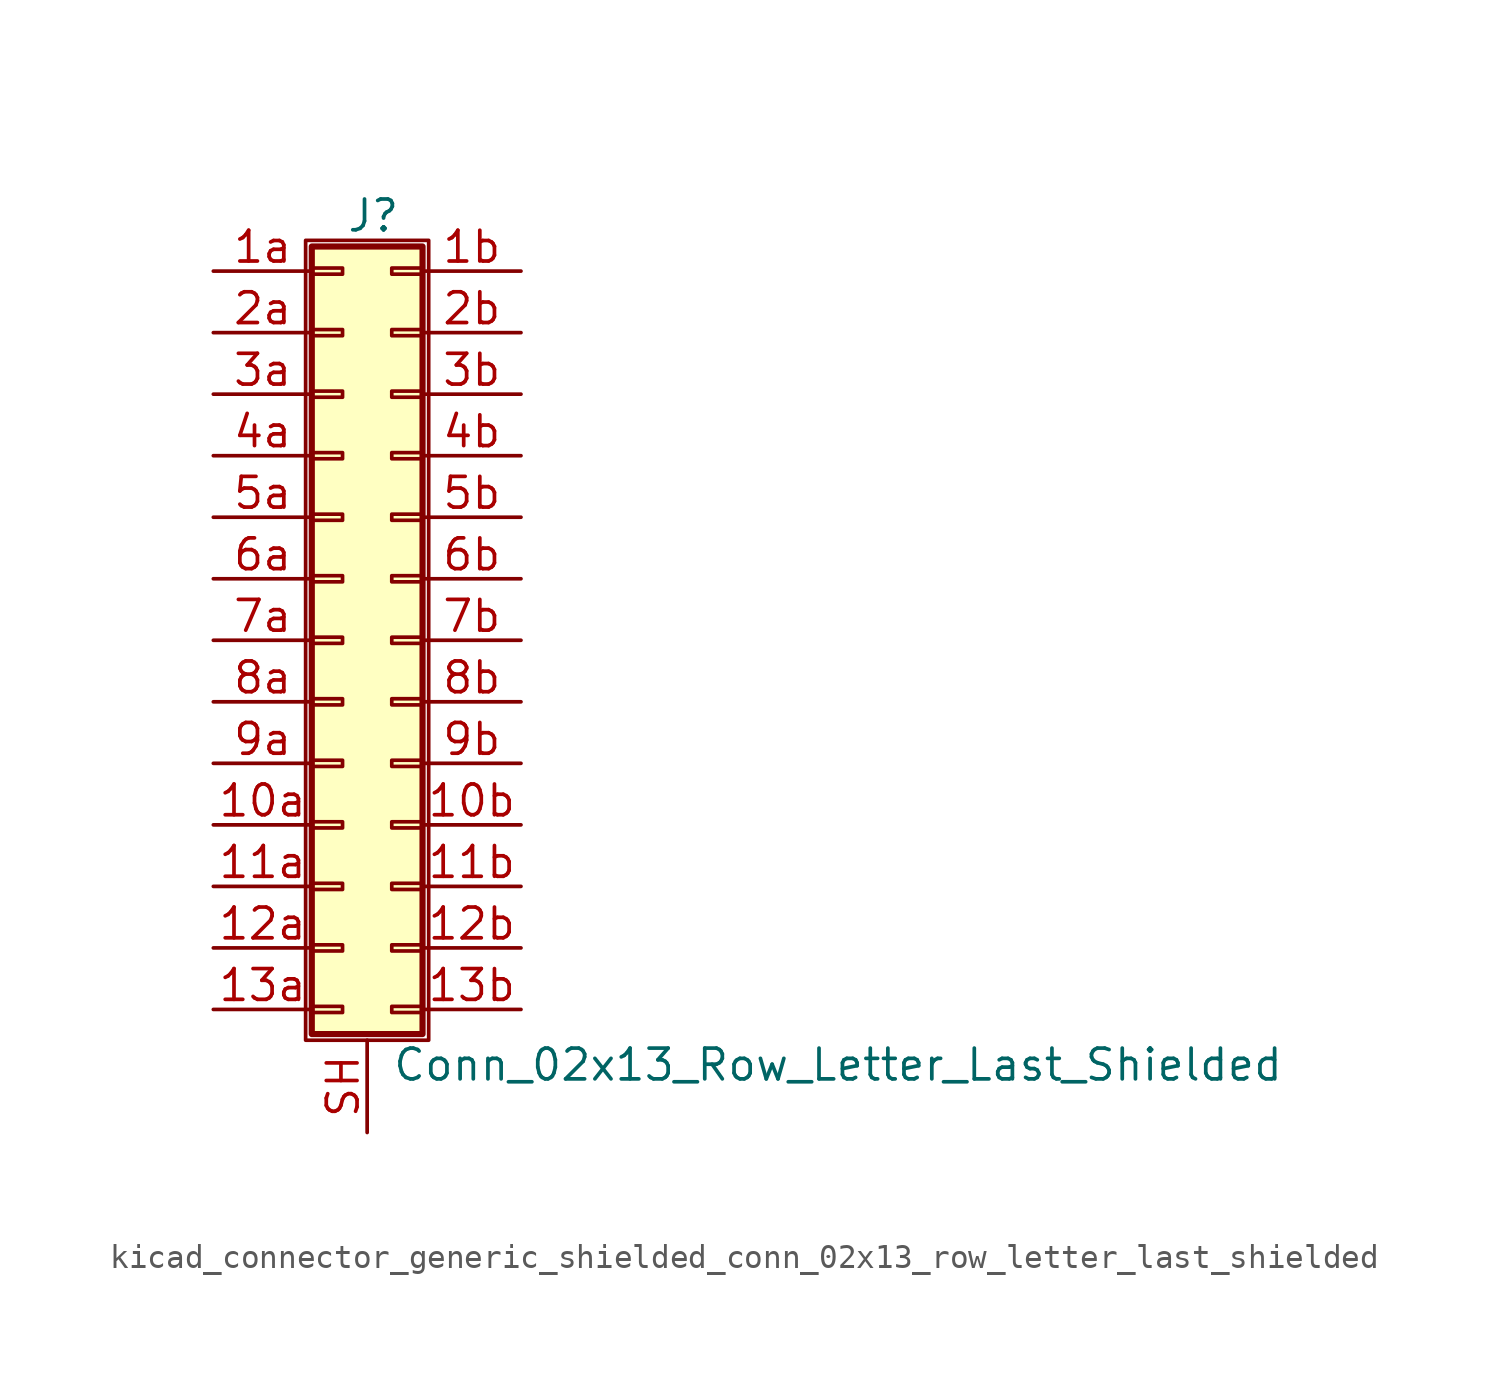
<source format=kicad_sym>
(kicad_symbol_lib
  (version 20220914)
  (generator kicad_symbol_editor)
  (symbol "kicad_connector_generic_shielded_conn_02x13_row_letter_last_shielded"
    (pin_names
      (offset 1.016) hide)
    (property "Reference" "J"
      (at 1.524 17.526 0)
      (effects (font (size 1.27 1.27))))
    (property "Value" "Conn_02x13_Row_Letter_Last_Shielded"
      (at 2.286 -17.526 0)
      (effects (font (size 1.27 1.27)) (justify left)))
    (symbol "kicad_connector_generic_shielded_conn_02x13_row_letter_last_shielded_1_1"
      (rectangle (start -1.27 16.51) (end 3.81 -16.51) (stroke (width 0.152) (type default)) (fill (type none)))
      (rectangle (start -1.016 -15.113) (end 0.254 -15.367) (stroke (width 0.152) (type default)) (fill (type none)))
      (rectangle (start -1.016 -12.573) (end 0.254 -12.827) (stroke (width 0.152) (type default)) (fill (type none)))
      (rectangle (start -1.016 -10.033) (end 0.254 -10.287) (stroke (width 0.152) (type default)) (fill (type none)))
      (rectangle (start -1.016 -7.493) (end 0.254 -7.747) (stroke (width 0.152) (type default)) (fill (type none)))
      (rectangle (start -1.016 -4.953) (end 0.254 -5.207) (stroke (width 0.152) (type default)) (fill (type none)))
      (rectangle (start -1.016 -2.413) (end 0.254 -2.667) (stroke (width 0.152) (type default)) (fill (type none)))
      (rectangle (start -1.016 0.127) (end 0.254 -0.127) (stroke (width 0.152) (type default)) (fill (type none)))
      (rectangle (start -1.016 2.667) (end 0.254 2.413) (stroke (width 0.152) (type default)) (fill (type none)))
      (rectangle (start -1.016 5.207) (end 0.254 4.953) (stroke (width 0.152) (type default)) (fill (type none)))
      (rectangle (start -1.016 7.747) (end 0.254 7.493) (stroke (width 0.152) (type default)) (fill (type none)))
      (rectangle (start -1.016 10.287) (end 0.254 10.033) (stroke (width 0.152) (type default)) (fill (type none)))
      (rectangle (start -1.016 12.827) (end 0.254 12.573) (stroke (width 0.152) (type default)) (fill (type none)))
      (rectangle (start -1.016 15.367) (end 0.254 15.113) (stroke (width 0.152) (type default)) (fill (type none)))
      (rectangle (start -1.016 16.256) (end 3.556 -16.256) (stroke (width 0.254) (type default)) (fill (type background)))
      (rectangle (start 3.556 -15.113) (end 2.286 -15.367) (stroke (width 0.152) (type default)) (fill (type none)))
      (rectangle (start 3.556 -12.573) (end 2.286 -12.827) (stroke (width 0.152) (type default)) (fill (type none)))
      (rectangle (start 3.556 -10.033) (end 2.286 -10.287) (stroke (width 0.152) (type default)) (fill (type none)))
      (rectangle (start 3.556 -7.493) (end 2.286 -7.747) (stroke (width 0.152) (type default)) (fill (type none)))
      (rectangle (start 3.556 -4.953) (end 2.286 -5.207) (stroke (width 0.152) (type default)) (fill (type none)))
      (rectangle (start 3.556 -2.413) (end 2.286 -2.667) (stroke (width 0.152) (type default)) (fill (type none)))
      (rectangle (start 3.556 0.127) (end 2.286 -0.127) (stroke (width 0.152) (type default)) (fill (type none)))
      (rectangle (start 3.556 2.667) (end 2.286 2.413) (stroke (width 0.152) (type default)) (fill (type none)))
      (rectangle (start 3.556 5.207) (end 2.286 4.953) (stroke (width 0.152) (type default)) (fill (type none)))
      (rectangle (start 3.556 7.747) (end 2.286 7.493) (stroke (width 0.152) (type default)) (fill (type none)))
      (rectangle (start 3.556 10.287) (end 2.286 10.033) (stroke (width 0.152) (type default)) (fill (type none)))
      (rectangle (start 3.556 12.827) (end 2.286 12.573) (stroke (width 0.152) (type default)) (fill (type none)))
      (rectangle (start 3.556 15.367) (end 2.286 15.113) (stroke (width 0.152) (type default)) (fill (type none)))
      (pin passive line (at -5.08 -7.62 0) (length 4.064) (name "Pin_10a" (effects (font (size 1.27 1.27)))) (number "10a" (effects (font (size 1.27 1.27)))))
      (pin passive line (at 7.62 -7.62 180) (length 4.064) (name "Pin_10b" (effects (font (size 1.27 1.27)))) (number "10b" (effects (font (size 1.27 1.27)))))
      (pin passive line (at -5.08 -10.16 0) (length 4.064) (name "Pin_11a" (effects (font (size 1.27 1.27)))) (number "11a" (effects (font (size 1.27 1.27)))))
      (pin passive line (at 7.62 -10.16 180) (length 4.064) (name "Pin_11b" (effects (font (size 1.27 1.27)))) (number "11b" (effects (font (size 1.27 1.27)))))
      (pin passive line (at -5.08 -12.7 0) (length 4.064) (name "Pin_12a" (effects (font (size 1.27 1.27)))) (number "12a" (effects (font (size 1.27 1.27)))))
      (pin passive line (at 7.62 -12.7 180) (length 4.064) (name "Pin_12b" (effects (font (size 1.27 1.27)))) (number "12b" (effects (font (size 1.27 1.27)))))
      (pin passive line (at -5.08 -15.24 0) (length 4.064) (name "Pin_13a" (effects (font (size 1.27 1.27)))) (number "13a" (effects (font (size 1.27 1.27)))))
      (pin passive line (at 7.62 -15.24 180) (length 4.064) (name "Pin_13b" (effects (font (size 1.27 1.27)))) (number "13b" (effects (font (size 1.27 1.27)))))
      (pin passive line (at -5.08 15.24 0) (length 4.064) (name "Pin_1a" (effects (font (size 1.27 1.27)))) (number "1a" (effects (font (size 1.27 1.27)))))
      (pin passive line (at 7.62 15.24 180) (length 4.064) (name "Pin_1b" (effects (font (size 1.27 1.27)))) (number "1b" (effects (font (size 1.27 1.27)))))
      (pin passive line (at -5.08 12.7 0) (length 4.064) (name "Pin_2a" (effects (font (size 1.27 1.27)))) (number "2a" (effects (font (size 1.27 1.27)))))
      (pin passive line (at 7.62 12.7 180) (length 4.064) (name "Pin_2b" (effects (font (size 1.27 1.27)))) (number "2b" (effects (font (size 1.27 1.27)))))
      (pin passive line (at -5.08 10.16 0) (length 4.064) (name "Pin_3a" (effects (font (size 1.27 1.27)))) (number "3a" (effects (font (size 1.27 1.27)))))
      (pin passive line (at 7.62 10.16 180) (length 4.064) (name "Pin_3b" (effects (font (size 1.27 1.27)))) (number "3b" (effects (font (size 1.27 1.27)))))
      (pin passive line (at -5.08 7.62 0) (length 4.064) (name "Pin_4a" (effects (font (size 1.27 1.27)))) (number "4a" (effects (font (size 1.27 1.27)))))
      (pin passive line (at 7.62 7.62 180) (length 4.064) (name "Pin_4b" (effects (font (size 1.27 1.27)))) (number "4b" (effects (font (size 1.27 1.27)))))
      (pin passive line (at -5.08 5.08 0) (length 4.064) (name "Pin_5a" (effects (font (size 1.27 1.27)))) (number "5a" (effects (font (size 1.27 1.27)))))
      (pin passive line (at 7.62 5.08 180) (length 4.064) (name "Pin_5b" (effects (font (size 1.27 1.27)))) (number "5b" (effects (font (size 1.27 1.27)))))
      (pin passive line (at -5.08 2.54 0) (length 4.064) (name "Pin_6a" (effects (font (size 1.27 1.27)))) (number "6a" (effects (font (size 1.27 1.27)))))
      (pin passive line (at 7.62 2.54 180) (length 4.064) (name "Pin_6b" (effects (font (size 1.27 1.27)))) (number "6b" (effects (font (size 1.27 1.27)))))
      (pin passive line (at -5.08 0 0) (length 4.064) (name "Pin_7a" (effects (font (size 1.27 1.27)))) (number "7a" (effects (font (size 1.27 1.27)))))
      (pin passive line (at 7.62 0 180) (length 4.064) (name "Pin_7b" (effects (font (size 1.27 1.27)))) (number "7b" (effects (font (size 1.27 1.27)))))
      (pin passive line (at -5.08 -2.54 0) (length 4.064) (name "Pin_8a" (effects (font (size 1.27 1.27)))) (number "8a" (effects (font (size 1.27 1.27)))))
      (pin passive line (at 7.62 -2.54 180) (length 4.064) (name "Pin_8b" (effects (font (size 1.27 1.27)))) (number "8b" (effects (font (size 1.27 1.27)))))
      (pin passive line (at -5.08 -5.08 0) (length 4.064) (name "Pin_9a" (effects (font (size 1.27 1.27)))) (number "9a" (effects (font (size 1.27 1.27)))))
      (pin passive line (at 7.62 -5.08 180) (length 4.064) (name "Pin_9b" (effects (font (size 1.27 1.27)))) (number "9b" (effects (font (size 1.27 1.27)))))
      (pin passive line (at 1.27 -20.32 90) (length 3.81) (name "Shield" (effects (font (size 1.27 1.27)))) (number "SH" (effects (font (size 1.27 1.27))))))))
</source>
